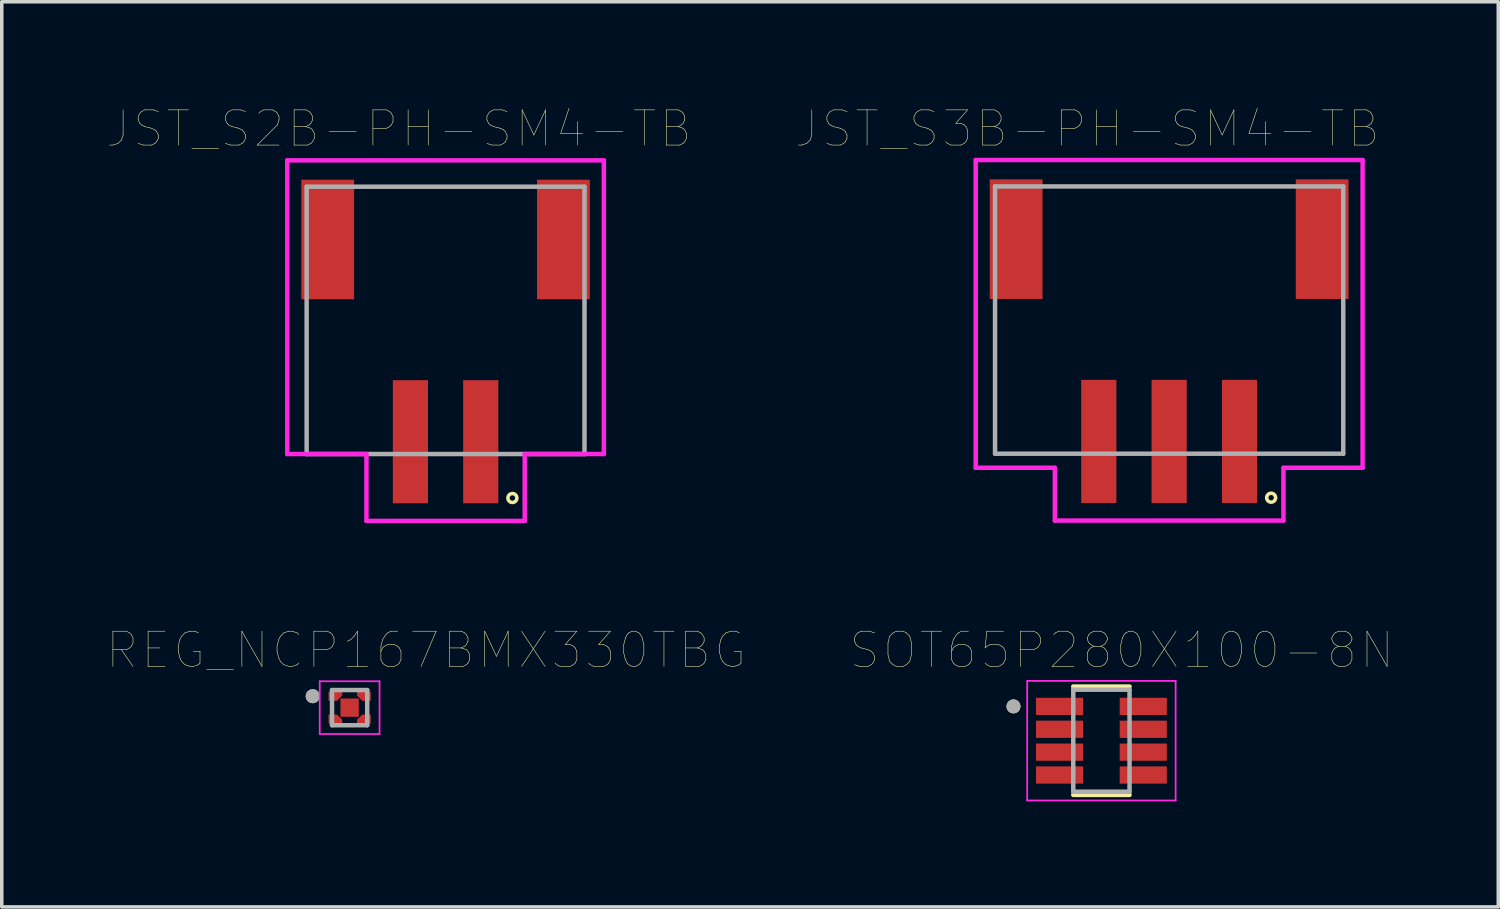
<source format=kicad_pcb>
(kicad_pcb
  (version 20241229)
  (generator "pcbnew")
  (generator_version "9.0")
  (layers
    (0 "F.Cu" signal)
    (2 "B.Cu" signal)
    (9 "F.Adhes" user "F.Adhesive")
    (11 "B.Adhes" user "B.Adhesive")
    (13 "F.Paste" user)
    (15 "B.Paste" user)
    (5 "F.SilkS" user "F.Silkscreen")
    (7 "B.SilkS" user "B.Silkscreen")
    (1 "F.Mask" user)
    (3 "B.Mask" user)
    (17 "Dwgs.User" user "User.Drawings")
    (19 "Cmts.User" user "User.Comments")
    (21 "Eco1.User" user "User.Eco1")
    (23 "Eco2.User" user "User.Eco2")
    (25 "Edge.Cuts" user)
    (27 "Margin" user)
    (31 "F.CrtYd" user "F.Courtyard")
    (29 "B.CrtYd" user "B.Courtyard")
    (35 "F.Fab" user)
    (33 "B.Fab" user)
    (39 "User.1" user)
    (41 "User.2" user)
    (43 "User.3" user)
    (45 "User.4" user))
  (footprint "REG_NCP167BMX330TBG"
    (layer "F.Cu")
    (at 6.89 17.069)
    (property "Reference" "REG_NCP167BMX330TBG" (at 2.175 -1.635 0) (layer "F.SilkS") (effects (font (size 1 1) (thickness 0.015))))
    (attr through_hole)
    (fp_poly (pts (xy -0.21 -0.455) (xy -0.6 -0.455) (xy -0.6 -0.195) (xy -0.36 -0.195) (xy -0.21 -0.345)) (stroke (width 0.0001) (type solid)) (fill yes) (layer "F.Cu"))
    (fp_poly (pts (xy 0.21 0.455) (xy 0.6 0.455) (xy 0.6 0.195) (xy 0.36 0.195) (xy 0.21 0.345)) (stroke (width 0.0001) (type solid)) (fill yes) (layer "F.Cu"))
    (fp_poly (pts (xy -0.21 0.455) (xy -0.6 0.455) (xy -0.6 0.195) (xy -0.42 0.195) (xy -0.36 0.195) (xy -0.21 0.345)) (stroke (width 0.0001) (type solid)) (fill yes) (layer "F.Cu"))
    (fp_poly (pts (xy 0.21 -0.455) (xy 0.6 -0.455) (xy 0.6 -0.195) (xy 0.42 -0.195) (xy 0.36 -0.195) (xy 0.21 -0.345)) (stroke (width 0.0001) (type solid)) (fill yes) (layer "F.Cu"))
    (fp_poly (pts (xy 0 -0.4) (xy 0.4 0) (xy 0 0.4) (xy -0.4 0)) (stroke (width 0.001) (type solid)) (fill yes) (layer "F.Mask"))
    (fp_poly (pts (xy -0.65 -0.505) (xy -0.16 -0.505) (xy -0.16 -0.345) (xy -0.36 -0.145) (xy -0.65 -0.145)) (stroke (width 0.0001) (type solid)) (fill yes) (layer "F.Mask"))
    (fp_poly (pts (xy -0.65 0.505) (xy -0.16 0.505) (xy -0.16 0.345) (xy -0.36 0.145) (xy -0.65 0.145)) (stroke (width 0.0001) (type solid)) (fill yes) (layer "F.Mask"))
    (fp_poly (pts (xy 0.65 -0.505) (xy 0.16 -0.505) (xy 0.16 -0.345) (xy 0.36 -0.145) (xy 0.65 -0.145)) (stroke (width 0.0001) (type solid)) (fill yes) (layer "F.Mask"))
    (fp_poly (pts (xy 0.65 0.505) (xy 0.16 0.505) (xy 0.16 0.345) (xy 0.36 0.145) (xy 0.65 0.145)) (stroke (width 0.0001) (type solid)) (fill yes) (layer "F.Mask"))
    (fp_circle (center -1.05 -0.325) (end -0.95 -0.325) (stroke (width 0.2) (type solid)) (fill no) (layer "F.SilkS"))
    (fp_poly (pts (xy -0.164 -0.164) (xy 0.164 -0.164) (xy 0.164 0.164) (xy -0.164 0.164)) (stroke (width 0.01) (type solid)) (fill yes) (layer "F.Paste"))
    (fp_poly (pts (xy -0.6 -0.455) (xy -0.21 -0.455) (xy -0.21 -0.345) (xy -0.36 -0.195) (xy -0.6 -0.195)) (stroke (width 0.0001) (type solid)) (fill yes) (layer "F.Paste"))
    (fp_poly (pts (xy -0.6 0.455) (xy -0.21 0.455) (xy -0.21 0.345) (xy -0.36 0.195) (xy -0.6 0.195)) (stroke (width 0.0001) (type solid)) (fill yes) (layer "F.Paste"))
    (fp_poly (pts (xy 0.6 -0.455) (xy 0.21 -0.455) (xy 0.21 -0.345) (xy 0.36 -0.195) (xy 0.6 -0.195)) (stroke (width 0.0001) (type solid)) (fill yes) (layer "F.Paste"))
    (fp_poly (pts (xy 0.6 0.455) (xy 0.21 0.455) (xy 0.21 0.345) (xy 0.36 0.195) (xy 0.6 0.195)) (stroke (width 0.0001) (type solid)) (fill yes) (layer "F.Paste"))
    (fp_line (start -0.85 -0.75) (end 0.85 -0.75) (stroke (width 0.05) (type solid)) (layer "F.CrtYd"))
    (fp_line (start -0.85 0.75) (end -0.85 -0.75) (stroke (width 0.05) (type solid)) (layer "F.CrtYd"))
    (fp_line (start 0.85 -0.75) (end 0.85 0.75) (stroke (width 0.05) (type solid)) (layer "F.CrtYd"))
    (fp_line (start 0.85 0.75) (end -0.85 0.75) (stroke (width 0.05) (type solid)) (layer "F.CrtYd"))
    (fp_line (start -0.5 -0.5) (end 0.5 -0.5) (stroke (width 0.127) (type solid)) (layer "F.Fab"))
    (fp_line (start -0.5 0.5) (end -0.5 -0.5) (stroke (width 0.127) (type solid)) (layer "F.Fab"))
    (fp_line (start 0.5 -0.5) (end 0.5 0.5) (stroke (width 0.127) (type solid)) (layer "F.Fab"))
    (fp_line (start 0.5 0.5) (end -0.5 0.5) (stroke (width 0.127) (type solid)) (layer "F.Fab"))
    (fp_circle (center -1.05 -0.325) (end -0.95 -0.325) (stroke (width 0.2) (type solid)) (fill no) (layer "F.Fab"))
    (pad "1" smd rect (at -0.48 -0.325) (size 0.1 0.1) (layers "F.Cu"))
    (pad "2" smd rect (at -0.48 0.325) (size 0.1 0.1) (layers "F.Cu"))
    (pad "3" smd rect (at 0.48 0.325) (size 0.1 0.1) (layers "F.Cu"))
    (pad "4" smd rect (at 0.48 -0.325) (size 0.1 0.1) (layers "F.Cu"))
    (pad "5" smd rect (at 0 0) (size 0.52 0.52) (layers "F.Cu")))
  (footprint "JST_S3B-PH-SM4-TB"
    (layer "F.Cu")
    (at 30.19 9.5)
    (property "Reference" "JST_S3B-PH-SM4-TB" (at -2.326 -8.888 0) (layer "F.SilkS") (effects (font (size 1 1) (thickness 0.015))))
    (attr through_hole)
    (fp_circle (center 2.9 1.6) (end 3.027 1.6) (stroke (width 0.1) (type solid)) (fill no) (layer "F.SilkS"))
    (fp_line (start -5.5 -8) (end 5.5 -8) (stroke (width 0.127) (type solid)) (layer "F.CrtYd"))
    (fp_line (start -5.5 0.75) (end -5.5 -8) (stroke (width 0.127) (type solid)) (layer "F.CrtYd"))
    (fp_line (start -3.25 0.75) (end -5.5 0.75) (stroke (width 0.127) (type solid)) (layer "F.CrtYd"))
    (fp_line (start -3.25 2.25) (end -3.25 0.75) (stroke (width 0.127) (type solid)) (layer "F.CrtYd"))
    (fp_line (start 3.25 0.75) (end 3.25 2.25) (stroke (width 0.127) (type solid)) (layer "F.CrtYd"))
    (fp_line (start 3.25 2.25) (end -3.25 2.25) (stroke (width 0.127) (type solid)) (layer "F.CrtYd"))
    (fp_line (start 5.5 -8) (end 5.5 0.75) (stroke (width 0.127) (type solid)) (layer "F.CrtYd"))
    (fp_line (start 5.5 0.75) (end 3.25 0.75) (stroke (width 0.127) (type solid)) (layer "F.CrtYd"))
    (fp_line (start -4.95 -7.25) (end -4.95 0.35) (stroke (width 0.127) (type solid)) (layer "F.Fab"))
    (fp_line (start -4.95 0.35) (end 4.95 0.35) (stroke (width 0.127) (type solid)) (layer "F.Fab"))
    (fp_line (start 4.95 -7.25) (end -4.95 -7.25) (stroke (width 0.127) (type solid)) (layer "F.Fab"))
    (fp_line (start 4.95 0.35) (end 4.95 -7.25) (stroke (width 0.127) (type solid)) (layer "F.Fab"))
    (pad "1" smd rect (at 2 0) (size 1 3.5) (layers "F.Cu" "F.Mask" "F.Paste"))
    (pad "2" smd rect (at 0 0) (size 1 3.5) (layers "F.Cu" "F.Mask" "F.Paste"))
    (pad "3" smd rect (at -2 0) (size 1 3.5) (layers "F.Cu" "F.Mask" "F.Paste"))
    (pad "P1" smd rect (at 4.35 -5.75) (size 1.5 3.4) (layers "F.Cu" "F.Mask" "F.Paste"))
    (pad "P2" smd rect (at -4.35 -5.75) (size 1.5 3.4) (layers "F.Cu" "F.Mask" "F.Paste")))
  (footprint "SOT65P280X100-8N"
    (layer "F.Cu")
    (at 28.264 18.009)
    (property "Reference" "SOT65P280X100-8N" (at 0.575 -2.575 0) (layer "F.SilkS") (effects (font (size 1 1) (thickness 0.015))))
    (attr through_hole)
    (fp_line (start -0.8 1.54) (end 0.8 1.54) (stroke (width 0.127) (type solid)) (layer "F.SilkS"))
    (fp_line (start 0.8 -1.54) (end -0.8 -1.54) (stroke (width 0.127) (type solid)) (layer "F.SilkS"))
    (fp_circle (center -2.5 -0.975) (end -2.4 -0.975) (stroke (width 0.2) (type solid)) (fill no) (layer "F.SilkS"))
    (fp_line (start -2.11 -1.7) (end -2.11 1.7) (stroke (width 0.05) (type solid)) (layer "F.CrtYd"))
    (fp_line (start -2.11 1.7) (end 2.11 1.7) (stroke (width 0.05) (type solid)) (layer "F.CrtYd"))
    (fp_line (start 2.11 -1.7) (end -2.11 -1.7) (stroke (width 0.05) (type solid)) (layer "F.CrtYd"))
    (fp_line (start 2.11 1.7) (end 2.11 -1.7) (stroke (width 0.05) (type solid)) (layer "F.CrtYd"))
    (fp_line (start -0.8 -1.45) (end -0.8 1.45) (stroke (width 0.127) (type solid)) (layer "F.Fab"))
    (fp_line (start -0.8 1.45) (end 0.8 1.45) (stroke (width 0.127) (type solid)) (layer "F.Fab"))
    (fp_line (start 0.8 -1.45) (end -0.8 -1.45) (stroke (width 0.127) (type solid)) (layer "F.Fab"))
    (fp_line (start 0.8 1.45) (end 0.8 -1.45) (stroke (width 0.127) (type solid)) (layer "F.Fab"))
    (fp_circle (center -2.5 -0.975) (end -2.4 -0.975) (stroke (width 0.2) (type solid)) (fill no) (layer "F.Fab"))
    (pad "1" smd rect (at -1.19 -0.975) (size 1.34 0.49) (layers "F.Cu" "F.Mask" "F.Paste"))
    (pad "2" smd rect (at -1.19 -0.325) (size 1.34 0.49) (layers "F.Cu" "F.Mask" "F.Paste"))
    (pad "3" smd rect (at -1.19 0.325) (size 1.34 0.49) (layers "F.Cu" "F.Mask" "F.Paste"))
    (pad "4" smd rect (at -1.19 0.975) (size 1.34 0.49) (layers "F.Cu" "F.Mask" "F.Paste"))
    (pad "5" smd rect (at 1.19 0.975) (size 1.34 0.49) (layers "F.Cu" "F.Mask" "F.Paste"))
    (pad "6" smd rect (at 1.19 0.325) (size 1.34 0.49) (layers "F.Cu" "F.Mask" "F.Paste"))
    (pad "7" smd rect (at 1.19 -0.325) (size 1.34 0.49) (layers "F.Cu" "F.Mask" "F.Paste"))
    (pad "8" smd rect (at 1.19 -0.975) (size 1.34 0.49) (layers "F.Cu" "F.Mask" "F.Paste")))
  (footprint "JST_S2B-PH-SM4-TB"
    (layer "F.Cu")
    (at 9.618 9.509)
    (property "Reference" "JST_S2B-PH-SM4-TB" (at -1.327 -8.897 0) (layer "F.SilkS") (effects (font (size 1.001 1.001) (thickness 0.015))))
    (attr through_hole)
    (fp_circle (center 1.9 1.6) (end 2.027 1.6) (stroke (width 0.1) (type solid)) (fill no) (layer "F.SilkS"))
    (fp_line (start -4.5 -8) (end 4.5 -8) (stroke (width 0.127) (type solid)) (layer "F.CrtYd"))
    (fp_line (start -4.5 0.35) (end -4.5 -8) (stroke (width 0.127) (type solid)) (layer "F.CrtYd"))
    (fp_line (start -2.25 0.35) (end -4.5 0.35) (stroke (width 0.127) (type solid)) (layer "F.CrtYd"))
    (fp_line (start -2.25 2.25) (end -2.25 0.35) (stroke (width 0.127) (type solid)) (layer "F.CrtYd"))
    (fp_line (start 2.25 0.35) (end 2.25 2.25) (stroke (width 0.127) (type solid)) (layer "F.CrtYd"))
    (fp_line (start 2.25 2.25) (end -2.25 2.25) (stroke (width 0.127) (type solid)) (layer "F.CrtYd"))
    (fp_line (start 4.5 -8) (end 4.5 0.35) (stroke (width 0.127) (type solid)) (layer "F.CrtYd"))
    (fp_line (start 4.5 0.35) (end 2.25 0.35) (stroke (width 0.127) (type solid)) (layer "F.CrtYd"))
    (fp_line (start -3.95 -7.25) (end -3.95 0.35) (stroke (width 0.127) (type solid)) (layer "F.Fab"))
    (fp_line (start -3.95 0.35) (end 3.95 0.35) (stroke (width 0.127) (type solid)) (layer "F.Fab"))
    (fp_line (start 3.95 -7.25) (end -3.95 -7.25) (stroke (width 0.127) (type solid)) (layer "F.Fab"))
    (fp_line (start 3.95 0.35) (end 3.95 -7.25) (stroke (width 0.127) (type solid)) (layer "F.Fab"))
    (pad "1" smd rect (at 1 0) (size 1 3.5) (layers "F.Cu" "F.Mask" "F.Paste"))
    (pad "2" smd rect (at -1 0) (size 1 3.5) (layers "F.Cu" "F.Mask" "F.Paste"))
    (pad "P1" smd rect (at 3.35 -5.75) (size 1.5 3.4) (layers "F.Cu" "F.Mask" "F.Paste"))
    (pad "P2" smd rect (at -3.35 -5.75) (size 1.5 3.4) (layers "F.Cu" "F.Mask" "F.Paste")))
  (gr_rect
    (start -3 -3)
    (end 39.547 22.734)
    (stroke (width 0.1) (type default))
    (fill no)
    (layer "Edge.Cuts")))
</source>
